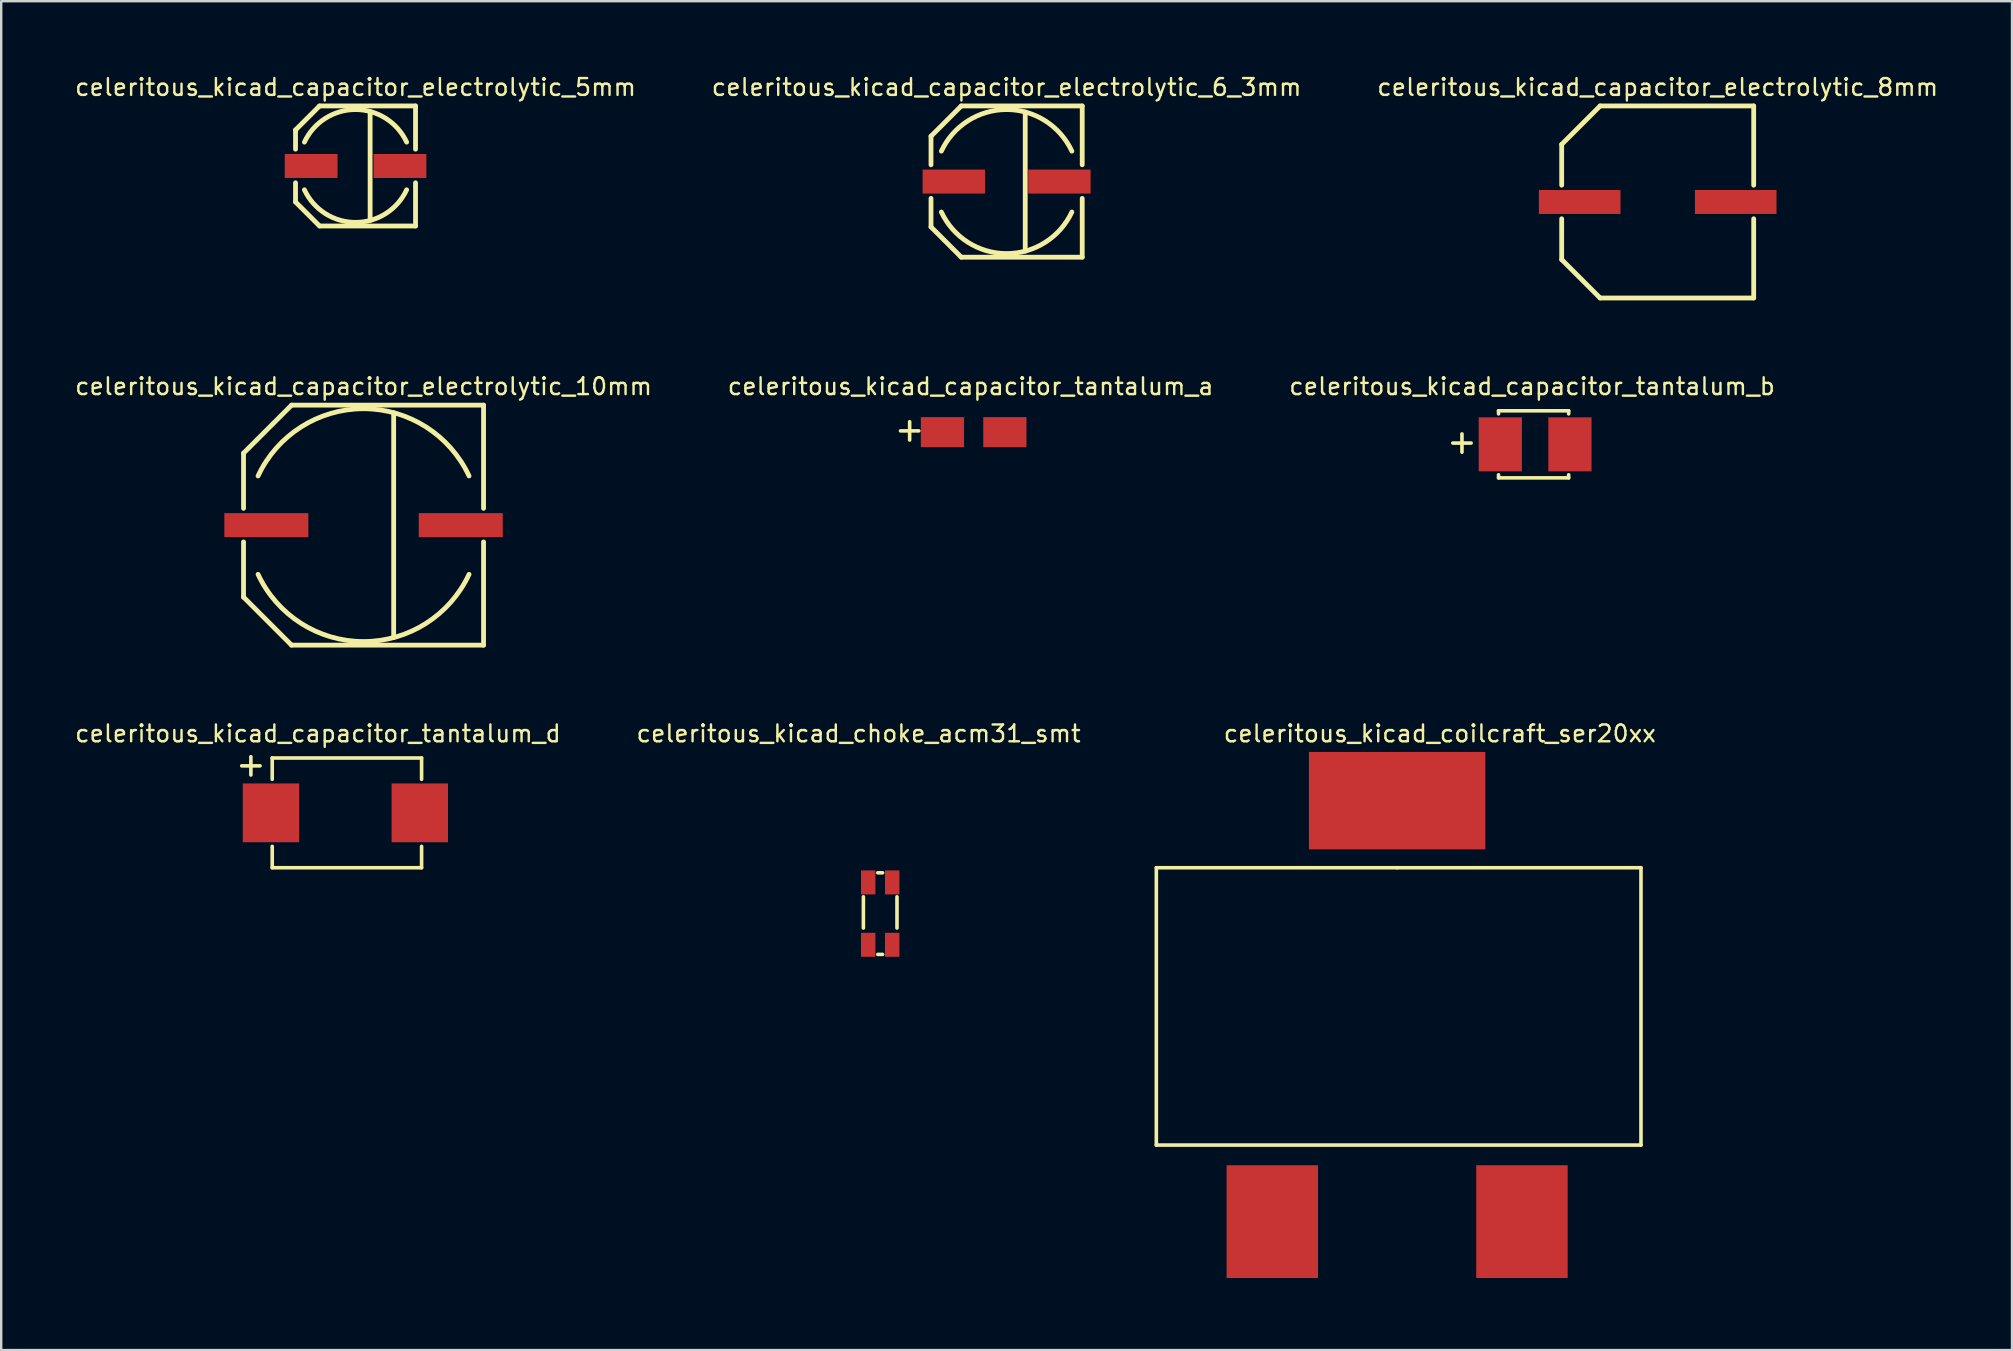
<source format=kicad_pcb>
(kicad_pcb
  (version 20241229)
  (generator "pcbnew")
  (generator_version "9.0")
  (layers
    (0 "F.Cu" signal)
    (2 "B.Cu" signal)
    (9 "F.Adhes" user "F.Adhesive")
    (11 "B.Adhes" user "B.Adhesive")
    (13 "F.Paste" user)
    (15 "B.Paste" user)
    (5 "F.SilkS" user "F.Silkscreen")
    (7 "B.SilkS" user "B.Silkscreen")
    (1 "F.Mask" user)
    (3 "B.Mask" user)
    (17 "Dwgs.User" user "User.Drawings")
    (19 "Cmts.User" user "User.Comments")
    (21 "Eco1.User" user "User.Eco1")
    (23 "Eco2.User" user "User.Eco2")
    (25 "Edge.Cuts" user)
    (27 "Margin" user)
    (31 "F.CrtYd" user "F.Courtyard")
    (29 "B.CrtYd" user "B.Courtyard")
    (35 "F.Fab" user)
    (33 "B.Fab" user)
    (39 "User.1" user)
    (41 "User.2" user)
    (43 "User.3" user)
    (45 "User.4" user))
  (footprint "celeritous_kicad_capacitor_tantalum_d"
    (layer "F.Cu")
    (at 11.34 30.817)
    (property "Reference" "celeritous_kicad_capacitor_tantalum_d" (at -1.143 -3.302 0) (layer "F.SilkS") (effects (font (size 0.7 0.7) (thickness 0.1))))
    (attr through_hole)
    (fp_line (start -3.048 -2.286) (end 3.175 -2.286) (stroke (width 0.15) (type solid)) (layer "F.SilkS"))
    (fp_line (start -3.048 -1.397) (end -3.048 -2.286) (stroke (width 0.15) (type solid)) (layer "F.SilkS"))
    (fp_line (start -3.048 2.286) (end -3.048 1.397) (stroke (width 0.15) (type solid)) (layer "F.SilkS"))
    (fp_line (start 3.175 -2.286) (end 3.175 -1.397) (stroke (width 0.15) (type solid)) (layer "F.SilkS"))
    (fp_line (start 3.175 1.397) (end 3.175 2.286) (stroke (width 0.15) (type solid)) (layer "F.SilkS"))
    (fp_line (start 3.175 2.286) (end -3.048 2.286) (stroke (width 0.15) (type solid)) (layer "F.SilkS"))
    (fp_text user "+" (at -3.937 -2.032 0) (layer "F.SilkS") (effects (font (size 1 1) (thickness 0.15))))
    (pad "1" smd rect (at -3.1 0) (size 2.35 2.45) (layers "F.Cu" "F.Mask" "F.Paste"))
    (pad "2" smd rect (at 3.1 0) (size 2.35 2.45) (layers "F.Cu" "F.Mask" "F.Paste")))
  (footprint "celeritous_kicad_capacitor_tantalum_b"
    (layer "F.Cu")
    (at 60.91 15.463)
    (property "Reference" "celeritous_kicad_capacitor_tantalum_b" (at -0.127 -2.413 0) (layer "F.SilkS") (effects (font (size 0.7 0.7) (thickness 0.1))))
    (attr through_hole)
    (fp_line (start -1.524 -1.397) (end 1.397 -1.397) (stroke (width 0.15) (type solid)) (layer "F.SilkS"))
    (fp_line (start -1.524 -1.27) (end -1.524 -1.397) (stroke (width 0.15) (type solid)) (layer "F.SilkS"))
    (fp_line (start -1.524 1.397) (end -1.524 1.27) (stroke (width 0.15) (type solid)) (layer "F.SilkS"))
    (fp_line (start 1.397 -1.397) (end 1.397 -1.27) (stroke (width 0.15) (type solid)) (layer "F.SilkS"))
    (fp_line (start 1.397 1.27) (end 1.397 1.397) (stroke (width 0.15) (type solid)) (layer "F.SilkS"))
    (fp_line (start 1.397 1.397) (end -1.524 1.397) (stroke (width 0.15) (type solid)) (layer "F.SilkS"))
    (fp_text user "+" (at -3.048 -0.127 0) (layer "F.SilkS") (effects (font (size 1 1) (thickness 0.15))))
    (pad "1" smd rect (at -1.45 0) (size 1.8 2.25) (layers "F.Cu" "F.Mask" "F.Paste"))
    (pad "2" smd rect (at 1.45 0) (size 1.8 2.25) (layers "F.Cu" "F.Mask" "F.Paste")))
  (footprint "celeritous_kicad_coilcraft_ser20xx"
    (layer "F.Cu")
    (at 55.161 30.309)
    (property "Reference" "celeritous_kicad_coilcraft_ser20xx" (at 1.778 -2.794 0) (layer "F.SilkS") (effects (font (size 0.7 0.7) (thickness 0.1))))
    (attr through_hole)
    (fp_line (start -10.033 2.794) (end -10.033 14.351) (stroke (width 0.15) (type solid)) (layer "F.SilkS"))
    (fp_line (start -10.033 14.351) (end 10.16 14.351) (stroke (width 0.15) (type solid)) (layer "F.SilkS"))
    (fp_line (start 0 2.794) (end -10.033 2.794) (stroke (width 0.15) (type solid)) (layer "F.SilkS"))
    (fp_line (start 10.16 2.794) (end 0 2.794) (stroke (width 0.15) (type solid)) (layer "F.SilkS"))
    (fp_line (start 10.16 14.351) (end 10.16 2.794) (stroke (width 0.15) (type solid)) (layer "F.SilkS"))
    (pad "1" smd rect (at -5.2 17.54) (size 3.81 4.7) (layers "F.Cu" "F.Mask" "F.Paste"))
    (pad "2" smd rect (at 5.2 17.54) (size 3.81 4.7) (layers "F.Cu" "F.Mask" "F.Paste"))
    (pad "3" smd rect (at 0 0) (size 7.35 4.06) (layers "F.Cu" "F.Mask" "F.Paste")))
  (footprint "celeritous_kicad_choke_acm31_smt"
    (layer "F.Cu")
    (at 33.123 33.715)
    (property "Reference" "celeritous_kicad_choke_acm31_smt" (at -0.4 -6.2 0) (layer "F.SilkS") (effects (font (size 0.7 0.7) (thickness 0.1))))
    (attr through_hole)
    (fp_line (start -0.2 0.6) (end -0.2 1.9) (stroke (width 0.15) (type solid)) (layer "F.SilkS"))
    (fp_line (start 0.6 -0.4) (end 0.4 -0.4) (stroke (width 0.15) (type solid)) (layer "F.SilkS"))
    (fp_line (start 0.6 3) (end 0.4 3) (stroke (width 0.15) (type solid)) (layer "F.SilkS"))
    (fp_line (start 1.2 0.6) (end 1.2 1.9) (stroke (width 0.15) (type solid)) (layer "F.SilkS"))
    (pad "1" smd rect (at 0 0) (size 0.6 1) (layers "F.Cu" "F.Mask" "F.Paste"))
    (pad "2" smd rect (at 1 0) (size 0.6 1) (layers "F.Cu" "F.Mask" "F.Paste"))
    (pad "3" smd rect (at 1 2.6) (size 0.6 1) (layers "F.Cu" "F.Mask" "F.Paste"))
    (pad "4" smd rect (at 0 2.6) (size 0.6 1) (layers "F.Cu" "F.Mask" "F.Paste")))
  (footprint "celeritous_kicad_capacitor_electrolytic_10mm"
    (layer "F.Cu")
    (at 12.097 18.83)
    (property "Reference" "celeritous_kicad_capacitor_electrolytic_10mm" (at 0 -5.78 0) (layer "F.SilkS") (effects (font (size 0.7 0.7) (thickness 0.1))))
    (attr through_hole)
    (fp_line (start -5 -3) (end -5 -0.7) (stroke (width 0.2) (type solid)) (layer "F.SilkS"))
    (fp_line (start -5 3) (end -5 0.7) (stroke (width 0.2) (type solid)) (layer "F.SilkS"))
    (fp_line (start -3 -5) (end -5 -3) (stroke (width 0.2) (type solid)) (layer "F.SilkS"))
    (fp_line (start -3 -5) (end 5 -5) (stroke (width 0.2) (type solid)) (layer "F.SilkS"))
    (fp_line (start -3 5) (end -5 3) (stroke (width 0.2) (type solid)) (layer "F.SilkS"))
    (fp_line (start -3 5) (end 5 5) (stroke (width 0.2) (type solid)) (layer "F.SilkS"))
    (fp_line (start 1.255 -4.685) (end 1.255 4.685) (stroke (width 0.2) (type solid)) (layer "F.SilkS"))
    (fp_line (start 5 -5) (end 5 -0.7) (stroke (width 0.2) (type solid)) (layer "F.SilkS"))
    (fp_line (start 5 5) (end 5 0.7) (stroke (width 0.2) (type solid)) (layer "F.SilkS"))
    (fp_arc (start -4.3956 -2.0497) (mid -0.000002 -4.850007) (end 4.395599 -2.049703) (stroke (width 0.2) (type solid)) (layer "F.SilkS"))
    (fp_arc (start 4.3956 2.0497) (mid 0.000002 4.850007) (end -4.395599 2.049703) (stroke (width 0.2) (type solid)) (layer "F.SilkS"))
    (pad "1" smd rect (at -4.05 0) (size 3.5 1) (layers "F.Cu" "F.Mask" "F.Paste"))
    (pad "2" smd rect (at 4.05 0) (size 3.5 1) (layers "F.Cu" "F.Mask" "F.Paste")))
  (footprint "celeritous_kicad_capacitor_electrolytic_5mm"
    (layer "F.Cu")
    (at 11.763 3.865)
    (property "Reference" "celeritous_kicad_capacitor_electrolytic_5mm" (at 0 -3.28 0) (layer "F.SilkS") (effects (font (size 0.7 0.7) (thickness 0.1))))
    (attr through_hole)
    (fp_line (start -2.5 -1.5) (end -2.5 -0.7) (stroke (width 0.2) (type solid)) (layer "F.SilkS"))
    (fp_line (start -2.5 1.5) (end -2.5 0.7) (stroke (width 0.2) (type solid)) (layer "F.SilkS"))
    (fp_line (start -1.5 -2.5) (end -2.5 -1.5) (stroke (width 0.2) (type solid)) (layer "F.SilkS"))
    (fp_line (start -1.5 -2.5) (end 2.5 -2.5) (stroke (width 0.2) (type solid)) (layer "F.SilkS"))
    (fp_line (start -1.5 2.5) (end -2.5 1.5) (stroke (width 0.2) (type solid)) (layer "F.SilkS"))
    (fp_line (start -1.5 2.5) (end 2.5 2.5) (stroke (width 0.2) (type solid)) (layer "F.SilkS"))
    (fp_line (start 0.608 -2.27) (end 0.608 2.27) (stroke (width 0.2) (type solid)) (layer "F.SilkS"))
    (fp_line (start 2.5 -2.5) (end 2.5 -0.7) (stroke (width 0.2) (type solid)) (layer "F.SilkS"))
    (fp_line (start 2.5 2.5) (end 2.5 0.7) (stroke (width 0.2) (type solid)) (layer "F.SilkS"))
    (fp_arc (start -2.1298 -0.9932) (mid 0.000052 -2.349999) (end 2.129844 -0.993105) (stroke (width 0.2) (type solid)) (layer "F.SilkS"))
    (fp_arc (start 2.1298 0.9932) (mid -0.000052 2.349999) (end -2.129844 0.993105) (stroke (width 0.2) (type solid)) (layer "F.SilkS"))
    (pad "1" smd rect (at -1.85 0) (size 2.2 1) (layers "F.Cu" "F.Mask" "F.Paste"))
    (pad "2" smd rect (at 1.85 0) (size 2.2 1) (layers "F.Cu" "F.Mask" "F.Paste")))
  (footprint "celeritous_kicad_capacitor_electrolytic_8mm"
    (layer "F.Cu")
    (at 66.017 5.365)
    (property "Reference" "celeritous_kicad_capacitor_electrolytic_8mm" (at 0 -4.78 0) (layer "F.SilkS") (effects (font (size 0.7 0.7) (thickness 0.1))))
    (attr through_hole)
    (fp_line (start -4 -2.4) (end -4 -0.7) (stroke (width 0.2) (type solid)) (layer "F.SilkS"))
    (fp_line (start -4 2.4) (end -4 0.7) (stroke (width 0.2) (type solid)) (layer "F.SilkS"))
    (fp_line (start -2.4 -4) (end -4 -2.4) (stroke (width 0.2) (type solid)) (layer "F.SilkS"))
    (fp_line (start -2.4 -4) (end 4 -4) (stroke (width 0.2) (type solid)) (layer "F.SilkS"))
    (fp_line (start -2.4 4) (end -4 2.4) (stroke (width 0.2) (type solid)) (layer "F.SilkS"))
    (fp_line (start -2.4 4) (end 4 4) (stroke (width 0.2) (type solid)) (layer "F.SilkS"))
    (fp_line (start 4 -4) (end 4 -0.7) (stroke (width 0.2) (type solid)) (layer "F.SilkS"))
    (fp_line (start 4 4) (end 4 0.7) (stroke (width 0.2) (type solid)) (layer "F.SilkS"))
    (pad "1" smd rect (at -3.25 0) (size 3.4 1) (layers "F.Cu" "F.Mask" "F.Paste"))
    (pad "2" smd rect (at 3.25 0) (size 3.4 1) (layers "F.Cu" "F.Mask" "F.Paste")))
  (footprint "celeritous_kicad_capacitor_electrolytic_6_3mm"
    (layer "F.Cu")
    (at 38.89 4.515)
    (property "Reference" "celeritous_kicad_capacitor_electrolytic_6_3mm" (at 0 -3.93 0) (layer "F.SilkS") (effects (font (size 0.7 0.7) (thickness 0.1))))
    (attr through_hole)
    (fp_line (start -3.15 -1.89) (end -3.15 -0.7) (stroke (width 0.2) (type solid)) (layer "F.SilkS"))
    (fp_line (start -3.15 1.89) (end -3.15 0.7) (stroke (width 0.2) (type solid)) (layer "F.SilkS"))
    (fp_line (start -1.89 -3.15) (end -3.15 -1.89) (stroke (width 0.2) (type solid)) (layer "F.SilkS"))
    (fp_line (start -1.89 -3.15) (end 3.15 -3.15) (stroke (width 0.2) (type solid)) (layer "F.SilkS"))
    (fp_line (start -1.89 3.15) (end -3.15 1.89) (stroke (width 0.2) (type solid)) (layer "F.SilkS"))
    (fp_line (start -1.89 3.15) (end 3.15 3.15) (stroke (width 0.2) (type solid)) (layer "F.SilkS"))
    (fp_line (start 0.776 -2.898) (end 0.776 2.898) (stroke (width 0.2) (type solid)) (layer "F.SilkS"))
    (fp_line (start 3.15 -3.15) (end 3.15 -0.7) (stroke (width 0.2) (type solid)) (layer "F.SilkS"))
    (fp_line (start 3.15 3.15) (end 3.15 0.7) (stroke (width 0.2) (type solid)) (layer "F.SilkS"))
    (fp_arc (start -2.7189 -1.2679) (mid 0.000051 -2.999998) (end 2.718943 -1.267808) (stroke (width 0.2) (type solid)) (layer "F.SilkS"))
    (fp_arc (start 2.7189 1.2679) (mid -0.000051 2.999998) (end -2.718943 1.267808) (stroke (width 0.2) (type solid)) (layer "F.SilkS"))
    (pad "1" smd rect (at -2.2 0) (size 2.6 1) (layers "F.Cu" "F.Mask" "F.Paste"))
    (pad "2" smd rect (at 2.2 0) (size 2.6 1) (layers "F.Cu" "F.Mask" "F.Paste")))
  (footprint "celeritous_kicad_capacitor_tantalum_a"
    (layer "F.Cu")
    (at 37.517 14.955)
    (property "Reference" "celeritous_kicad_capacitor_tantalum_a" (at -0.127 -1.905 0) (layer "F.SilkS") (effects (font (size 0.7 0.7) (thickness 0.1))))
    (attr through_hole)
    (fp_text user "+" (at -2.667 -0.127 0) (layer "F.SilkS") (effects (font (size 1 1) (thickness 0.15))))
    (pad "1" smd rect (at -1.3 0) (size 1.8 1.25) (layers "F.Cu" "F.Mask" "F.Paste"))
    (pad "2" smd rect (at 1.3 0) (size 1.8 1.25) (layers "F.Cu" "F.Mask" "F.Paste")))
  (gr_rect
    (start -3 -3)
    (end 80.78 53.199)
    (stroke (width 0.1) (type default))
    (fill no)
    (layer "Edge.Cuts")))
</source>
